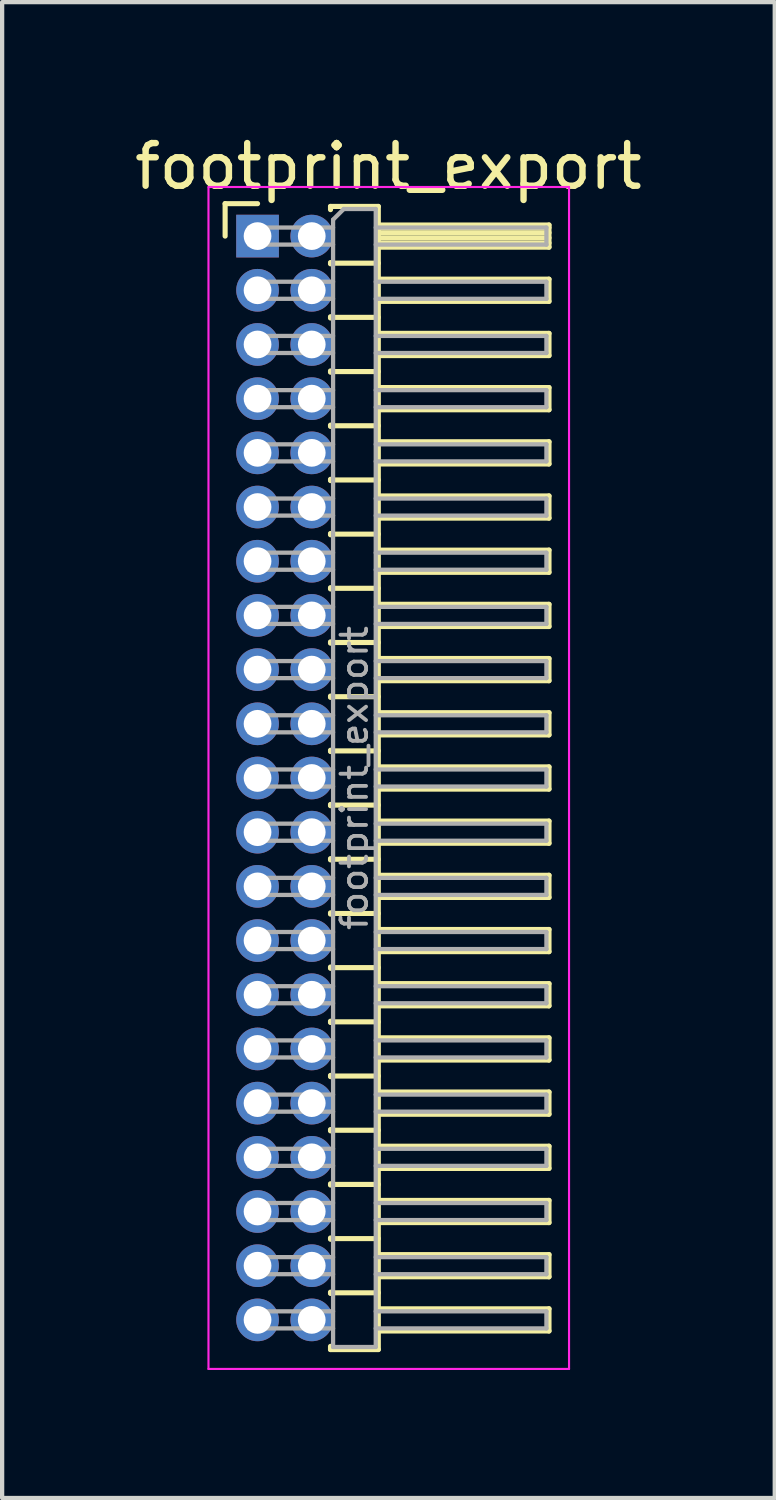
<source format=kicad_pcb>
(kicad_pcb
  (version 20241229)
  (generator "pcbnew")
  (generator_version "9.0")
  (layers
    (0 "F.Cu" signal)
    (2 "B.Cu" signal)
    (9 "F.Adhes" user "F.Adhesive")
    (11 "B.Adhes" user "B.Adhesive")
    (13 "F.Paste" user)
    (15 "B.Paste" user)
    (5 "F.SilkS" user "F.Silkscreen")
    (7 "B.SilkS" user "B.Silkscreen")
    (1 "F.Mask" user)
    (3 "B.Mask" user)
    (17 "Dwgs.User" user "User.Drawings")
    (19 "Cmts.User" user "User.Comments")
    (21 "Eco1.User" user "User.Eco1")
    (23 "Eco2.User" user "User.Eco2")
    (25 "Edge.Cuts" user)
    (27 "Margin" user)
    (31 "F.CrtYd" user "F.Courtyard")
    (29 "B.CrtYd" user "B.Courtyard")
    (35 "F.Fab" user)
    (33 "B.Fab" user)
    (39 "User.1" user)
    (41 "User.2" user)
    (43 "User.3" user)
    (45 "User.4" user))
  (footprint "footprint_export"
    (layer "F.Cu")
    (at 2.986 2.483)
    (property "Reference" "footprint_export" (at 3.067 -1.635 0) (layer "F.SilkS") (effects (font (size 1 1) (thickness 0.15))))
    (attr through_hole)
    (fp_line (start -0.76 -0.76) (end 0 -0.76) (stroke (width 0.12) (type solid)) (layer "F.SilkS"))
    (fp_line (start -0.76 0) (end -0.76 -0.76) (stroke (width 0.12) (type solid)) (layer "F.SilkS"))
    (fp_line (start 1.71 -0.695) (end 2.83 -0.695) (stroke (width 0.12) (type solid)) (layer "F.SilkS"))
    (fp_line (start 1.71 -0.62) (end 1.71 -0.695) (stroke (width 0.12) (type solid)) (layer "F.SilkS"))
    (fp_line (start 1.71 0.62) (end 1.71 0.65) (stroke (width 0.12) (type solid)) (layer "F.SilkS"))
    (fp_line (start 1.71 0.635) (end 2.83 0.635) (stroke (width 0.12) (type solid)) (layer "F.SilkS"))
    (fp_line (start 1.71 1.89) (end 1.71 1.92) (stroke (width 0.12) (type solid)) (layer "F.SilkS"))
    (fp_line (start 1.71 1.905) (end 2.83 1.905) (stroke (width 0.12) (type solid)) (layer "F.SilkS"))
    (fp_line (start 1.71 3.16) (end 1.71 3.19) (stroke (width 0.12) (type solid)) (layer "F.SilkS"))
    (fp_line (start 1.71 3.175) (end 2.83 3.175) (stroke (width 0.12) (type solid)) (layer "F.SilkS"))
    (fp_line (start 1.71 4.43) (end 1.71 4.46) (stroke (width 0.12) (type solid)) (layer "F.SilkS"))
    (fp_line (start 1.71 4.445) (end 2.83 4.445) (stroke (width 0.12) (type solid)) (layer "F.SilkS"))
    (fp_line (start 1.71 5.7) (end 1.71 5.73) (stroke (width 0.12) (type solid)) (layer "F.SilkS"))
    (fp_line (start 1.71 5.715) (end 2.83 5.715) (stroke (width 0.12) (type solid)) (layer "F.SilkS"))
    (fp_line (start 1.71 6.97) (end 1.71 7) (stroke (width 0.12) (type solid)) (layer "F.SilkS"))
    (fp_line (start 1.71 6.985) (end 2.83 6.985) (stroke (width 0.12) (type solid)) (layer "F.SilkS"))
    (fp_line (start 1.71 8.24) (end 1.71 8.27) (stroke (width 0.12) (type solid)) (layer "F.SilkS"))
    (fp_line (start 1.71 8.255) (end 2.83 8.255) (stroke (width 0.12) (type solid)) (layer "F.SilkS"))
    (fp_line (start 1.71 9.51) (end 1.71 9.54) (stroke (width 0.12) (type solid)) (layer "F.SilkS"))
    (fp_line (start 1.71 9.525) (end 2.83 9.525) (stroke (width 0.12) (type solid)) (layer "F.SilkS"))
    (fp_line (start 1.71 10.78) (end 1.71 10.81) (stroke (width 0.12) (type solid)) (layer "F.SilkS"))
    (fp_line (start 1.71 10.795) (end 2.83 10.795) (stroke (width 0.12) (type solid)) (layer "F.SilkS"))
    (fp_line (start 1.71 12.05) (end 1.71 12.08) (stroke (width 0.12) (type solid)) (layer "F.SilkS"))
    (fp_line (start 1.71 12.065) (end 2.83 12.065) (stroke (width 0.12) (type solid)) (layer "F.SilkS"))
    (fp_line (start 1.71 13.32) (end 1.71 13.35) (stroke (width 0.12) (type solid)) (layer "F.SilkS"))
    (fp_line (start 1.71 13.335) (end 2.83 13.335) (stroke (width 0.12) (type solid)) (layer "F.SilkS"))
    (fp_line (start 1.71 14.59) (end 1.71 14.62) (stroke (width 0.12) (type solid)) (layer "F.SilkS"))
    (fp_line (start 1.71 14.605) (end 2.83 14.605) (stroke (width 0.12) (type solid)) (layer "F.SilkS"))
    (fp_line (start 1.71 15.86) (end 1.71 15.89) (stroke (width 0.12) (type solid)) (layer "F.SilkS"))
    (fp_line (start 1.71 15.875) (end 2.83 15.875) (stroke (width 0.12) (type solid)) (layer "F.SilkS"))
    (fp_line (start 1.71 17.13) (end 1.71 17.16) (stroke (width 0.12) (type solid)) (layer "F.SilkS"))
    (fp_line (start 1.71 17.145) (end 2.83 17.145) (stroke (width 0.12) (type solid)) (layer "F.SilkS"))
    (fp_line (start 1.71 18.4) (end 1.71 18.43) (stroke (width 0.12) (type solid)) (layer "F.SilkS"))
    (fp_line (start 1.71 18.415) (end 2.83 18.415) (stroke (width 0.12) (type solid)) (layer "F.SilkS"))
    (fp_line (start 1.71 19.67) (end 1.71 19.7) (stroke (width 0.12) (type solid)) (layer "F.SilkS"))
    (fp_line (start 1.71 19.685) (end 2.83 19.685) (stroke (width 0.12) (type solid)) (layer "F.SilkS"))
    (fp_line (start 1.71 20.94) (end 1.71 20.97) (stroke (width 0.12) (type solid)) (layer "F.SilkS"))
    (fp_line (start 1.71 20.955) (end 2.83 20.955) (stroke (width 0.12) (type solid)) (layer "F.SilkS"))
    (fp_line (start 1.71 22.21) (end 1.71 22.24) (stroke (width 0.12) (type solid)) (layer "F.SilkS"))
    (fp_line (start 1.71 22.225) (end 2.83 22.225) (stroke (width 0.12) (type solid)) (layer "F.SilkS"))
    (fp_line (start 1.71 23.48) (end 1.71 23.51) (stroke (width 0.12) (type solid)) (layer "F.SilkS"))
    (fp_line (start 1.71 23.495) (end 2.83 23.495) (stroke (width 0.12) (type solid)) (layer "F.SilkS"))
    (fp_line (start 1.71 24.75) (end 1.71 24.78) (stroke (width 0.12) (type solid)) (layer "F.SilkS"))
    (fp_line (start 1.71 24.765) (end 2.83 24.765) (stroke (width 0.12) (type solid)) (layer "F.SilkS"))
    (fp_line (start 1.71 26.095) (end 1.71 26.02) (stroke (width 0.12) (type solid)) (layer "F.SilkS"))
    (fp_line (start 2.83 -0.695) (end 2.83 26.095) (stroke (width 0.12) (type solid)) (layer "F.SilkS"))
    (fp_line (start 2.83 -0.26) (end 6.83 -0.26) (stroke (width 0.12) (type solid)) (layer "F.SilkS"))
    (fp_line (start 2.83 -0.2) (end 6.83 -0.2) (stroke (width 0.12) (type solid)) (layer "F.SilkS"))
    (fp_line (start 2.83 -0.08) (end 6.83 -0.08) (stroke (width 0.12) (type solid)) (layer "F.SilkS"))
    (fp_line (start 2.83 0.04) (end 6.83 0.04) (stroke (width 0.12) (type solid)) (layer "F.SilkS"))
    (fp_line (start 2.83 0.16) (end 6.83 0.16) (stroke (width 0.12) (type solid)) (layer "F.SilkS"))
    (fp_line (start 2.83 1.01) (end 6.83 1.01) (stroke (width 0.12) (type solid)) (layer "F.SilkS"))
    (fp_line (start 2.83 2.28) (end 6.83 2.28) (stroke (width 0.12) (type solid)) (layer "F.SilkS"))
    (fp_line (start 2.83 3.55) (end 6.83 3.55) (stroke (width 0.12) (type solid)) (layer "F.SilkS"))
    (fp_line (start 2.83 4.82) (end 6.83 4.82) (stroke (width 0.12) (type solid)) (layer "F.SilkS"))
    (fp_line (start 2.83 6.09) (end 6.83 6.09) (stroke (width 0.12) (type solid)) (layer "F.SilkS"))
    (fp_line (start 2.83 7.36) (end 6.83 7.36) (stroke (width 0.12) (type solid)) (layer "F.SilkS"))
    (fp_line (start 2.83 8.63) (end 6.83 8.63) (stroke (width 0.12) (type solid)) (layer "F.SilkS"))
    (fp_line (start 2.83 9.9) (end 6.83 9.9) (stroke (width 0.12) (type solid)) (layer "F.SilkS"))
    (fp_line (start 2.83 11.17) (end 6.83 11.17) (stroke (width 0.12) (type solid)) (layer "F.SilkS"))
    (fp_line (start 2.83 12.44) (end 6.83 12.44) (stroke (width 0.12) (type solid)) (layer "F.SilkS"))
    (fp_line (start 2.83 13.71) (end 6.83 13.71) (stroke (width 0.12) (type solid)) (layer "F.SilkS"))
    (fp_line (start 2.83 14.98) (end 6.83 14.98) (stroke (width 0.12) (type solid)) (layer "F.SilkS"))
    (fp_line (start 2.83 16.25) (end 6.83 16.25) (stroke (width 0.12) (type solid)) (layer "F.SilkS"))
    (fp_line (start 2.83 17.52) (end 6.83 17.52) (stroke (width 0.12) (type solid)) (layer "F.SilkS"))
    (fp_line (start 2.83 18.79) (end 6.83 18.79) (stroke (width 0.12) (type solid)) (layer "F.SilkS"))
    (fp_line (start 2.83 20.06) (end 6.83 20.06) (stroke (width 0.12) (type solid)) (layer "F.SilkS"))
    (fp_line (start 2.83 21.33) (end 6.83 21.33) (stroke (width 0.12) (type solid)) (layer "F.SilkS"))
    (fp_line (start 2.83 22.6) (end 6.83 22.6) (stroke (width 0.12) (type solid)) (layer "F.SilkS"))
    (fp_line (start 2.83 23.87) (end 6.83 23.87) (stroke (width 0.12) (type solid)) (layer "F.SilkS"))
    (fp_line (start 2.83 25.14) (end 6.83 25.14) (stroke (width 0.12) (type solid)) (layer "F.SilkS"))
    (fp_line (start 2.83 26.095) (end 1.71 26.095) (stroke (width 0.12) (type solid)) (layer "F.SilkS"))
    (fp_line (start 6.83 -0.26) (end 6.83 0.26) (stroke (width 0.12) (type solid)) (layer "F.SilkS"))
    (fp_line (start 6.83 0.26) (end 2.83 0.26) (stroke (width 0.12) (type solid)) (layer "F.SilkS"))
    (fp_line (start 6.83 1.01) (end 6.83 1.53) (stroke (width 0.12) (type solid)) (layer "F.SilkS"))
    (fp_line (start 6.83 1.53) (end 2.83 1.53) (stroke (width 0.12) (type solid)) (layer "F.SilkS"))
    (fp_line (start 6.83 2.28) (end 6.83 2.8) (stroke (width 0.12) (type solid)) (layer "F.SilkS"))
    (fp_line (start 6.83 2.8) (end 2.83 2.8) (stroke (width 0.12) (type solid)) (layer "F.SilkS"))
    (fp_line (start 6.83 3.55) (end 6.83 4.07) (stroke (width 0.12) (type solid)) (layer "F.SilkS"))
    (fp_line (start 6.83 4.07) (end 2.83 4.07) (stroke (width 0.12) (type solid)) (layer "F.SilkS"))
    (fp_line (start 6.83 4.82) (end 6.83 5.34) (stroke (width 0.12) (type solid)) (layer "F.SilkS"))
    (fp_line (start 6.83 5.34) (end 2.83 5.34) (stroke (width 0.12) (type solid)) (layer "F.SilkS"))
    (fp_line (start 6.83 6.09) (end 6.83 6.61) (stroke (width 0.12) (type solid)) (layer "F.SilkS"))
    (fp_line (start 6.83 6.61) (end 2.83 6.61) (stroke (width 0.12) (type solid)) (layer "F.SilkS"))
    (fp_line (start 6.83 7.36) (end 6.83 7.88) (stroke (width 0.12) (type solid)) (layer "F.SilkS"))
    (fp_line (start 6.83 7.88) (end 2.83 7.88) (stroke (width 0.12) (type solid)) (layer "F.SilkS"))
    (fp_line (start 6.83 8.63) (end 6.83 9.15) (stroke (width 0.12) (type solid)) (layer "F.SilkS"))
    (fp_line (start 6.83 9.15) (end 2.83 9.15) (stroke (width 0.12) (type solid)) (layer "F.SilkS"))
    (fp_line (start 6.83 9.9) (end 6.83 10.42) (stroke (width 0.12) (type solid)) (layer "F.SilkS"))
    (fp_line (start 6.83 10.42) (end 2.83 10.42) (stroke (width 0.12) (type solid)) (layer "F.SilkS"))
    (fp_line (start 6.83 11.17) (end 6.83 11.69) (stroke (width 0.12) (type solid)) (layer "F.SilkS"))
    (fp_line (start 6.83 11.69) (end 2.83 11.69) (stroke (width 0.12) (type solid)) (layer "F.SilkS"))
    (fp_line (start 6.83 12.44) (end 6.83 12.96) (stroke (width 0.12) (type solid)) (layer "F.SilkS"))
    (fp_line (start 6.83 12.96) (end 2.83 12.96) (stroke (width 0.12) (type solid)) (layer "F.SilkS"))
    (fp_line (start 6.83 13.71) (end 6.83 14.23) (stroke (width 0.12) (type solid)) (layer "F.SilkS"))
    (fp_line (start 6.83 14.23) (end 2.83 14.23) (stroke (width 0.12) (type solid)) (layer "F.SilkS"))
    (fp_line (start 6.83 14.98) (end 6.83 15.5) (stroke (width 0.12) (type solid)) (layer "F.SilkS"))
    (fp_line (start 6.83 15.5) (end 2.83 15.5) (stroke (width 0.12) (type solid)) (layer "F.SilkS"))
    (fp_line (start 6.83 16.25) (end 6.83 16.77) (stroke (width 0.12) (type solid)) (layer "F.SilkS"))
    (fp_line (start 6.83 16.77) (end 2.83 16.77) (stroke (width 0.12) (type solid)) (layer "F.SilkS"))
    (fp_line (start 6.83 17.52) (end 6.83 18.04) (stroke (width 0.12) (type solid)) (layer "F.SilkS"))
    (fp_line (start 6.83 18.04) (end 2.83 18.04) (stroke (width 0.12) (type solid)) (layer "F.SilkS"))
    (fp_line (start 6.83 18.79) (end 6.83 19.31) (stroke (width 0.12) (type solid)) (layer "F.SilkS"))
    (fp_line (start 6.83 19.31) (end 2.83 19.31) (stroke (width 0.12) (type solid)) (layer "F.SilkS"))
    (fp_line (start 6.83 20.06) (end 6.83 20.58) (stroke (width 0.12) (type solid)) (layer "F.SilkS"))
    (fp_line (start 6.83 20.58) (end 2.83 20.58) (stroke (width 0.12) (type solid)) (layer "F.SilkS"))
    (fp_line (start 6.83 21.33) (end 6.83 21.85) (stroke (width 0.12) (type solid)) (layer "F.SilkS"))
    (fp_line (start 6.83 21.85) (end 2.83 21.85) (stroke (width 0.12) (type solid)) (layer "F.SilkS"))
    (fp_line (start 6.83 22.6) (end 6.83 23.12) (stroke (width 0.12) (type solid)) (layer "F.SilkS"))
    (fp_line (start 6.83 23.12) (end 2.83 23.12) (stroke (width 0.12) (type solid)) (layer "F.SilkS"))
    (fp_line (start 6.83 23.87) (end 6.83 24.39) (stroke (width 0.12) (type solid)) (layer "F.SilkS"))
    (fp_line (start 6.83 24.39) (end 2.83 24.39) (stroke (width 0.12) (type solid)) (layer "F.SilkS"))
    (fp_line (start 6.83 25.14) (end 6.83 25.66) (stroke (width 0.12) (type solid)) (layer "F.SilkS"))
    (fp_line (start 6.83 25.66) (end 2.83 25.66) (stroke (width 0.12) (type solid)) (layer "F.SilkS"))
    (fp_line (start -1.15 -1.15) (end -1.15 26.55) (stroke (width 0.05) (type solid)) (layer "F.CrtYd"))
    (fp_line (start -1.15 26.55) (end 7.3 26.55) (stroke (width 0.05) (type solid)) (layer "F.CrtYd"))
    (fp_line (start 7.3 -1.15) (end -1.15 -1.15) (stroke (width 0.05) (type solid)) (layer "F.CrtYd"))
    (fp_line (start 7.3 26.55) (end 7.3 -1.15) (stroke (width 0.05) (type solid)) (layer "F.CrtYd"))
    (fp_line (start -0.2 -0.2) (end -0.2 0.2) (stroke (width 0.1) (type solid)) (layer "F.Fab"))
    (fp_line (start -0.2 -0.2) (end 1.77 -0.2) (stroke (width 0.1) (type solid)) (layer "F.Fab"))
    (fp_line (start -0.2 0.2) (end 1.77 0.2) (stroke (width 0.1) (type solid)) (layer "F.Fab"))
    (fp_line (start -0.2 1.07) (end -0.2 1.47) (stroke (width 0.1) (type solid)) (layer "F.Fab"))
    (fp_line (start -0.2 1.07) (end 1.77 1.07) (stroke (width 0.1) (type solid)) (layer "F.Fab"))
    (fp_line (start -0.2 1.47) (end 1.77 1.47) (stroke (width 0.1) (type solid)) (layer "F.Fab"))
    (fp_line (start -0.2 2.34) (end -0.2 2.74) (stroke (width 0.1) (type solid)) (layer "F.Fab"))
    (fp_line (start -0.2 2.34) (end 1.77 2.34) (stroke (width 0.1) (type solid)) (layer "F.Fab"))
    (fp_line (start -0.2 2.74) (end 1.77 2.74) (stroke (width 0.1) (type solid)) (layer "F.Fab"))
    (fp_line (start -0.2 3.61) (end -0.2 4.01) (stroke (width 0.1) (type solid)) (layer "F.Fab"))
    (fp_line (start -0.2 3.61) (end 1.77 3.61) (stroke (width 0.1) (type solid)) (layer "F.Fab"))
    (fp_line (start -0.2 4.01) (end 1.77 4.01) (stroke (width 0.1) (type solid)) (layer "F.Fab"))
    (fp_line (start -0.2 4.88) (end -0.2 5.28) (stroke (width 0.1) (type solid)) (layer "F.Fab"))
    (fp_line (start -0.2 4.88) (end 1.77 4.88) (stroke (width 0.1) (type solid)) (layer "F.Fab"))
    (fp_line (start -0.2 5.28) (end 1.77 5.28) (stroke (width 0.1) (type solid)) (layer "F.Fab"))
    (fp_line (start -0.2 6.15) (end -0.2 6.55) (stroke (width 0.1) (type solid)) (layer "F.Fab"))
    (fp_line (start -0.2 6.15) (end 1.77 6.15) (stroke (width 0.1) (type solid)) (layer "F.Fab"))
    (fp_line (start -0.2 6.55) (end 1.77 6.55) (stroke (width 0.1) (type solid)) (layer "F.Fab"))
    (fp_line (start -0.2 7.42) (end -0.2 7.82) (stroke (width 0.1) (type solid)) (layer "F.Fab"))
    (fp_line (start -0.2 7.42) (end 1.77 7.42) (stroke (width 0.1) (type solid)) (layer "F.Fab"))
    (fp_line (start -0.2 7.82) (end 1.77 7.82) (stroke (width 0.1) (type solid)) (layer "F.Fab"))
    (fp_line (start -0.2 8.69) (end -0.2 9.09) (stroke (width 0.1) (type solid)) (layer "F.Fab"))
    (fp_line (start -0.2 8.69) (end 1.77 8.69) (stroke (width 0.1) (type solid)) (layer "F.Fab"))
    (fp_line (start -0.2 9.09) (end 1.77 9.09) (stroke (width 0.1) (type solid)) (layer "F.Fab"))
    (fp_line (start -0.2 9.96) (end -0.2 10.36) (stroke (width 0.1) (type solid)) (layer "F.Fab"))
    (fp_line (start -0.2 9.96) (end 1.77 9.96) (stroke (width 0.1) (type solid)) (layer "F.Fab"))
    (fp_line (start -0.2 10.36) (end 1.77 10.36) (stroke (width 0.1) (type solid)) (layer "F.Fab"))
    (fp_line (start -0.2 11.23) (end -0.2 11.63) (stroke (width 0.1) (type solid)) (layer "F.Fab"))
    (fp_line (start -0.2 11.23) (end 1.77 11.23) (stroke (width 0.1) (type solid)) (layer "F.Fab"))
    (fp_line (start -0.2 11.63) (end 1.77 11.63) (stroke (width 0.1) (type solid)) (layer "F.Fab"))
    (fp_line (start -0.2 12.5) (end -0.2 12.9) (stroke (width 0.1) (type solid)) (layer "F.Fab"))
    (fp_line (start -0.2 12.5) (end 1.77 12.5) (stroke (width 0.1) (type solid)) (layer "F.Fab"))
    (fp_line (start -0.2 12.9) (end 1.77 12.9) (stroke (width 0.1) (type solid)) (layer "F.Fab"))
    (fp_line (start -0.2 13.77) (end -0.2 14.17) (stroke (width 0.1) (type solid)) (layer "F.Fab"))
    (fp_line (start -0.2 13.77) (end 1.77 13.77) (stroke (width 0.1) (type solid)) (layer "F.Fab"))
    (fp_line (start -0.2 14.17) (end 1.77 14.17) (stroke (width 0.1) (type solid)) (layer "F.Fab"))
    (fp_line (start -0.2 15.04) (end -0.2 15.44) (stroke (width 0.1) (type solid)) (layer "F.Fab"))
    (fp_line (start -0.2 15.04) (end 1.77 15.04) (stroke (width 0.1) (type solid)) (layer "F.Fab"))
    (fp_line (start -0.2 15.44) (end 1.77 15.44) (stroke (width 0.1) (type solid)) (layer "F.Fab"))
    (fp_line (start -0.2 16.31) (end -0.2 16.71) (stroke (width 0.1) (type solid)) (layer "F.Fab"))
    (fp_line (start -0.2 16.31) (end 1.77 16.31) (stroke (width 0.1) (type solid)) (layer "F.Fab"))
    (fp_line (start -0.2 16.71) (end 1.77 16.71) (stroke (width 0.1) (type solid)) (layer "F.Fab"))
    (fp_line (start -0.2 17.58) (end -0.2 17.98) (stroke (width 0.1) (type solid)) (layer "F.Fab"))
    (fp_line (start -0.2 17.58) (end 1.77 17.58) (stroke (width 0.1) (type solid)) (layer "F.Fab"))
    (fp_line (start -0.2 17.98) (end 1.77 17.98) (stroke (width 0.1) (type solid)) (layer "F.Fab"))
    (fp_line (start -0.2 18.85) (end -0.2 19.25) (stroke (width 0.1) (type solid)) (layer "F.Fab"))
    (fp_line (start -0.2 18.85) (end 1.77 18.85) (stroke (width 0.1) (type solid)) (layer "F.Fab"))
    (fp_line (start -0.2 19.25) (end 1.77 19.25) (stroke (width 0.1) (type solid)) (layer "F.Fab"))
    (fp_line (start -0.2 20.12) (end -0.2 20.52) (stroke (width 0.1) (type solid)) (layer "F.Fab"))
    (fp_line (start -0.2 20.12) (end 1.77 20.12) (stroke (width 0.1) (type solid)) (layer "F.Fab"))
    (fp_line (start -0.2 20.52) (end 1.77 20.52) (stroke (width 0.1) (type solid)) (layer "F.Fab"))
    (fp_line (start -0.2 21.39) (end -0.2 21.79) (stroke (width 0.1) (type solid)) (layer "F.Fab"))
    (fp_line (start -0.2 21.39) (end 1.77 21.39) (stroke (width 0.1) (type solid)) (layer "F.Fab"))
    (fp_line (start -0.2 21.79) (end 1.77 21.79) (stroke (width 0.1) (type solid)) (layer "F.Fab"))
    (fp_line (start -0.2 22.66) (end -0.2 23.06) (stroke (width 0.1) (type solid)) (layer "F.Fab"))
    (fp_line (start -0.2 22.66) (end 1.77 22.66) (stroke (width 0.1) (type solid)) (layer "F.Fab"))
    (fp_line (start -0.2 23.06) (end 1.77 23.06) (stroke (width 0.1) (type solid)) (layer "F.Fab"))
    (fp_line (start -0.2 23.93) (end -0.2 24.33) (stroke (width 0.1) (type solid)) (layer "F.Fab"))
    (fp_line (start -0.2 23.93) (end 1.77 23.93) (stroke (width 0.1) (type solid)) (layer "F.Fab"))
    (fp_line (start -0.2 24.33) (end 1.77 24.33) (stroke (width 0.1) (type solid)) (layer "F.Fab"))
    (fp_line (start -0.2 25.2) (end -0.2 25.6) (stroke (width 0.1) (type solid)) (layer "F.Fab"))
    (fp_line (start -0.2 25.2) (end 1.77 25.2) (stroke (width 0.1) (type solid)) (layer "F.Fab"))
    (fp_line (start -0.2 25.6) (end 1.77 25.6) (stroke (width 0.1) (type solid)) (layer "F.Fab"))
    (fp_line (start 1.77 -0.385) (end 2.02 -0.635) (stroke (width 0.1) (type solid)) (layer "F.Fab"))
    (fp_line (start 1.77 26.035) (end 1.77 -0.385) (stroke (width 0.1) (type solid)) (layer "F.Fab"))
    (fp_line (start 2.02 -0.635) (end 2.77 -0.635) (stroke (width 0.1) (type solid)) (layer "F.Fab"))
    (fp_line (start 2.77 -0.635) (end 2.77 26.035) (stroke (width 0.1) (type solid)) (layer "F.Fab"))
    (fp_line (start 2.77 -0.2) (end 6.77 -0.2) (stroke (width 0.1) (type solid)) (layer "F.Fab"))
    (fp_line (start 2.77 0.2) (end 6.77 0.2) (stroke (width 0.1) (type solid)) (layer "F.Fab"))
    (fp_line (start 2.77 1.07) (end 6.77 1.07) (stroke (width 0.1) (type solid)) (layer "F.Fab"))
    (fp_line (start 2.77 1.47) (end 6.77 1.47) (stroke (width 0.1) (type solid)) (layer "F.Fab"))
    (fp_line (start 2.77 2.34) (end 6.77 2.34) (stroke (width 0.1) (type solid)) (layer "F.Fab"))
    (fp_line (start 2.77 2.74) (end 6.77 2.74) (stroke (width 0.1) (type solid)) (layer "F.Fab"))
    (fp_line (start 2.77 3.61) (end 6.77 3.61) (stroke (width 0.1) (type solid)) (layer "F.Fab"))
    (fp_line (start 2.77 4.01) (end 6.77 4.01) (stroke (width 0.1) (type solid)) (layer "F.Fab"))
    (fp_line (start 2.77 4.88) (end 6.77 4.88) (stroke (width 0.1) (type solid)) (layer "F.Fab"))
    (fp_line (start 2.77 5.28) (end 6.77 5.28) (stroke (width 0.1) (type solid)) (layer "F.Fab"))
    (fp_line (start 2.77 6.15) (end 6.77 6.15) (stroke (width 0.1) (type solid)) (layer "F.Fab"))
    (fp_line (start 2.77 6.55) (end 6.77 6.55) (stroke (width 0.1) (type solid)) (layer "F.Fab"))
    (fp_line (start 2.77 7.42) (end 6.77 7.42) (stroke (width 0.1) (type solid)) (layer "F.Fab"))
    (fp_line (start 2.77 7.82) (end 6.77 7.82) (stroke (width 0.1) (type solid)) (layer "F.Fab"))
    (fp_line (start 2.77 8.69) (end 6.77 8.69) (stroke (width 0.1) (type solid)) (layer "F.Fab"))
    (fp_line (start 2.77 9.09) (end 6.77 9.09) (stroke (width 0.1) (type solid)) (layer "F.Fab"))
    (fp_line (start 2.77 9.96) (end 6.77 9.96) (stroke (width 0.1) (type solid)) (layer "F.Fab"))
    (fp_line (start 2.77 10.36) (end 6.77 10.36) (stroke (width 0.1) (type solid)) (layer "F.Fab"))
    (fp_line (start 2.77 11.23) (end 6.77 11.23) (stroke (width 0.1) (type solid)) (layer "F.Fab"))
    (fp_line (start 2.77 11.63) (end 6.77 11.63) (stroke (width 0.1) (type solid)) (layer "F.Fab"))
    (fp_line (start 2.77 12.5) (end 6.77 12.5) (stroke (width 0.1) (type solid)) (layer "F.Fab"))
    (fp_line (start 2.77 12.9) (end 6.77 12.9) (stroke (width 0.1) (type solid)) (layer "F.Fab"))
    (fp_line (start 2.77 13.77) (end 6.77 13.77) (stroke (width 0.1) (type solid)) (layer "F.Fab"))
    (fp_line (start 2.77 14.17) (end 6.77 14.17) (stroke (width 0.1) (type solid)) (layer "F.Fab"))
    (fp_line (start 2.77 15.04) (end 6.77 15.04) (stroke (width 0.1) (type solid)) (layer "F.Fab"))
    (fp_line (start 2.77 15.44) (end 6.77 15.44) (stroke (width 0.1) (type solid)) (layer "F.Fab"))
    (fp_line (start 2.77 16.31) (end 6.77 16.31) (stroke (width 0.1) (type solid)) (layer "F.Fab"))
    (fp_line (start 2.77 16.71) (end 6.77 16.71) (stroke (width 0.1) (type solid)) (layer "F.Fab"))
    (fp_line (start 2.77 17.58) (end 6.77 17.58) (stroke (width 0.1) (type solid)) (layer "F.Fab"))
    (fp_line (start 2.77 17.98) (end 6.77 17.98) (stroke (width 0.1) (type solid)) (layer "F.Fab"))
    (fp_line (start 2.77 18.85) (end 6.77 18.85) (stroke (width 0.1) (type solid)) (layer "F.Fab"))
    (fp_line (start 2.77 19.25) (end 6.77 19.25) (stroke (width 0.1) (type solid)) (layer "F.Fab"))
    (fp_line (start 2.77 20.12) (end 6.77 20.12) (stroke (width 0.1) (type solid)) (layer "F.Fab"))
    (fp_line (start 2.77 20.52) (end 6.77 20.52) (stroke (width 0.1) (type solid)) (layer "F.Fab"))
    (fp_line (start 2.77 21.39) (end 6.77 21.39) (stroke (width 0.1) (type solid)) (layer "F.Fab"))
    (fp_line (start 2.77 21.79) (end 6.77 21.79) (stroke (width 0.1) (type solid)) (layer "F.Fab"))
    (fp_line (start 2.77 22.66) (end 6.77 22.66) (stroke (width 0.1) (type solid)) (layer "F.Fab"))
    (fp_line (start 2.77 23.06) (end 6.77 23.06) (stroke (width 0.1) (type solid)) (layer "F.Fab"))
    (fp_line (start 2.77 23.93) (end 6.77 23.93) (stroke (width 0.1) (type solid)) (layer "F.Fab"))
    (fp_line (start 2.77 24.33) (end 6.77 24.33) (stroke (width 0.1) (type solid)) (layer "F.Fab"))
    (fp_line (start 2.77 25.2) (end 6.77 25.2) (stroke (width 0.1) (type solid)) (layer "F.Fab"))
    (fp_line (start 2.77 25.6) (end 6.77 25.6) (stroke (width 0.1) (type solid)) (layer "F.Fab"))
    (fp_line (start 2.77 26.035) (end 1.77 26.035) (stroke (width 0.1) (type solid)) (layer "F.Fab"))
    (fp_line (start 6.77 -0.2) (end 6.77 0.2) (stroke (width 0.1) (type solid)) (layer "F.Fab"))
    (fp_line (start 6.77 1.07) (end 6.77 1.47) (stroke (width 0.1) (type solid)) (layer "F.Fab"))
    (fp_line (start 6.77 2.34) (end 6.77 2.74) (stroke (width 0.1) (type solid)) (layer "F.Fab"))
    (fp_line (start 6.77 3.61) (end 6.77 4.01) (stroke (width 0.1) (type solid)) (layer "F.Fab"))
    (fp_line (start 6.77 4.88) (end 6.77 5.28) (stroke (width 0.1) (type solid)) (layer "F.Fab"))
    (fp_line (start 6.77 6.15) (end 6.77 6.55) (stroke (width 0.1) (type solid)) (layer "F.Fab"))
    (fp_line (start 6.77 7.42) (end 6.77 7.82) (stroke (width 0.1) (type solid)) (layer "F.Fab"))
    (fp_line (start 6.77 8.69) (end 6.77 9.09) (stroke (width 0.1) (type solid)) (layer "F.Fab"))
    (fp_line (start 6.77 9.96) (end 6.77 10.36) (stroke (width 0.1) (type solid)) (layer "F.Fab"))
    (fp_line (start 6.77 11.23) (end 6.77 11.63) (stroke (width 0.1) (type solid)) (layer "F.Fab"))
    (fp_line (start 6.77 12.5) (end 6.77 12.9) (stroke (width 0.1) (type solid)) (layer "F.Fab"))
    (fp_line (start 6.77 13.77) (end 6.77 14.17) (stroke (width 0.1) (type solid)) (layer "F.Fab"))
    (fp_line (start 6.77 15.04) (end 6.77 15.44) (stroke (width 0.1) (type solid)) (layer "F.Fab"))
    (fp_line (start 6.77 16.31) (end 6.77 16.71) (stroke (width 0.1) (type solid)) (layer "F.Fab"))
    (fp_line (start 6.77 17.58) (end 6.77 17.98) (stroke (width 0.1) (type solid)) (layer "F.Fab"))
    (fp_line (start 6.77 18.85) (end 6.77 19.25) (stroke (width 0.1) (type solid)) (layer "F.Fab"))
    (fp_line (start 6.77 20.12) (end 6.77 20.52) (stroke (width 0.1) (type solid)) (layer "F.Fab"))
    (fp_line (start 6.77 21.39) (end 6.77 21.79) (stroke (width 0.1) (type solid)) (layer "F.Fab"))
    (fp_line (start 6.77 22.66) (end 6.77 23.06) (stroke (width 0.1) (type solid)) (layer "F.Fab"))
    (fp_line (start 6.77 23.93) (end 6.77 24.33) (stroke (width 0.1) (type solid)) (layer "F.Fab"))
    (fp_line (start 6.77 25.2) (end 6.77 25.6) (stroke (width 0.1) (type solid)) (layer "F.Fab"))
    (fp_text user "${REFERENCE}" (at 2.27 12.7 90) (layer "F.Fab") (effects (font (size 0.6 0.6) (thickness 0.09))))
    (pad "1" thru_hole rect (at 0 0) (size 1 1) (drill 0.65) (layers "*.Cu" "*.Mask"))
    (pad "2" thru_hole oval (at 1.27 0) (size 1 1) (drill 0.65) (layers "*.Cu" "*.Mask"))
    (pad "3" thru_hole oval (at 0 1.27) (size 1 1) (drill 0.65) (layers "*.Cu" "*.Mask"))
    (pad "4" thru_hole oval (at 1.27 1.27) (size 1 1) (drill 0.65) (layers "*.Cu" "*.Mask"))
    (pad "5" thru_hole oval (at 0 2.54) (size 1 1) (drill 0.65) (layers "*.Cu" "*.Mask"))
    (pad "6" thru_hole oval (at 1.27 2.54) (size 1 1) (drill 0.65) (layers "*.Cu" "*.Mask"))
    (pad "7" thru_hole oval (at 0 3.81) (size 1 1) (drill 0.65) (layers "*.Cu" "*.Mask"))
    (pad "8" thru_hole oval (at 1.27 3.81) (size 1 1) (drill 0.65) (layers "*.Cu" "*.Mask"))
    (pad "9" thru_hole oval (at 0 5.08) (size 1 1) (drill 0.65) (layers "*.Cu" "*.Mask"))
    (pad "10" thru_hole oval (at 1.27 5.08) (size 1 1) (drill 0.65) (layers "*.Cu" "*.Mask"))
    (pad "11" thru_hole oval (at 0 6.35) (size 1 1) (drill 0.65) (layers "*.Cu" "*.Mask"))
    (pad "12" thru_hole oval (at 1.27 6.35) (size 1 1) (drill 0.65) (layers "*.Cu" "*.Mask"))
    (pad "13" thru_hole oval (at 0 7.62) (size 1 1) (drill 0.65) (layers "*.Cu" "*.Mask"))
    (pad "14" thru_hole oval (at 1.27 7.62) (size 1 1) (drill 0.65) (layers "*.Cu" "*.Mask"))
    (pad "15" thru_hole oval (at 0 8.89) (size 1 1) (drill 0.65) (layers "*.Cu" "*.Mask"))
    (pad "16" thru_hole oval (at 1.27 8.89) (size 1 1) (drill 0.65) (layers "*.Cu" "*.Mask"))
    (pad "17" thru_hole oval (at 0 10.16) (size 1 1) (drill 0.65) (layers "*.Cu" "*.Mask"))
    (pad "18" thru_hole oval (at 1.27 10.16) (size 1 1) (drill 0.65) (layers "*.Cu" "*.Mask"))
    (pad "19" thru_hole oval (at 0 11.43) (size 1 1) (drill 0.65) (layers "*.Cu" "*.Mask"))
    (pad "20" thru_hole oval (at 1.27 11.43) (size 1 1) (drill 0.65) (layers "*.Cu" "*.Mask"))
    (pad "21" thru_hole oval (at 0 12.7) (size 1 1) (drill 0.65) (layers "*.Cu" "*.Mask"))
    (pad "22" thru_hole oval (at 1.27 12.7) (size 1 1) (drill 0.65) (layers "*.Cu" "*.Mask"))
    (pad "23" thru_hole oval (at 0 13.97) (size 1 1) (drill 0.65) (layers "*.Cu" "*.Mask"))
    (pad "24" thru_hole oval (at 1.27 13.97) (size 1 1) (drill 0.65) (layers "*.Cu" "*.Mask"))
    (pad "25" thru_hole oval (at 0 15.24) (size 1 1) (drill 0.65) (layers "*.Cu" "*.Mask"))
    (pad "26" thru_hole oval (at 1.27 15.24) (size 1 1) (drill 0.65) (layers "*.Cu" "*.Mask"))
    (pad "27" thru_hole oval (at 0 16.51) (size 1 1) (drill 0.65) (layers "*.Cu" "*.Mask"))
    (pad "28" thru_hole oval (at 1.27 16.51) (size 1 1) (drill 0.65) (layers "*.Cu" "*.Mask"))
    (pad "29" thru_hole oval (at 0 17.78) (size 1 1) (drill 0.65) (layers "*.Cu" "*.Mask"))
    (pad "30" thru_hole oval (at 1.27 17.78) (size 1 1) (drill 0.65) (layers "*.Cu" "*.Mask"))
    (pad "31" thru_hole oval (at 0 19.05) (size 1 1) (drill 0.65) (layers "*.Cu" "*.Mask"))
    (pad "32" thru_hole oval (at 1.27 19.05) (size 1 1) (drill 0.65) (layers "*.Cu" "*.Mask"))
    (pad "33" thru_hole oval (at 0 20.32) (size 1 1) (drill 0.65) (layers "*.Cu" "*.Mask"))
    (pad "34" thru_hole oval (at 1.27 20.32) (size 1 1) (drill 0.65) (layers "*.Cu" "*.Mask"))
    (pad "35" thru_hole oval (at 0 21.59) (size 1 1) (drill 0.65) (layers "*.Cu" "*.Mask"))
    (pad "36" thru_hole oval (at 1.27 21.59) (size 1 1) (drill 0.65) (layers "*.Cu" "*.Mask"))
    (pad "37" thru_hole oval (at 0 22.86) (size 1 1) (drill 0.65) (layers "*.Cu" "*.Mask"))
    (pad "38" thru_hole oval (at 1.27 22.86) (size 1 1) (drill 0.65) (layers "*.Cu" "*.Mask"))
    (pad "39" thru_hole oval (at 0 24.13) (size 1 1) (drill 0.65) (layers "*.Cu" "*.Mask"))
    (pad "40" thru_hole oval (at 1.27 24.13) (size 1 1) (drill 0.65) (layers "*.Cu" "*.Mask"))
    (pad "41" thru_hole oval (at 0 25.4) (size 1 1) (drill 0.65) (layers "*.Cu" "*.Mask"))
    (pad "42" thru_hole oval (at 1.27 25.4) (size 1 1) (drill 0.65) (layers "*.Cu" "*.Mask")))
  (gr_rect
    (start -3 -3)
    (end 15.107 32.058)
    (stroke (width 0.1) (type default))
    (fill no)
    (layer "Edge.Cuts")))
</source>
